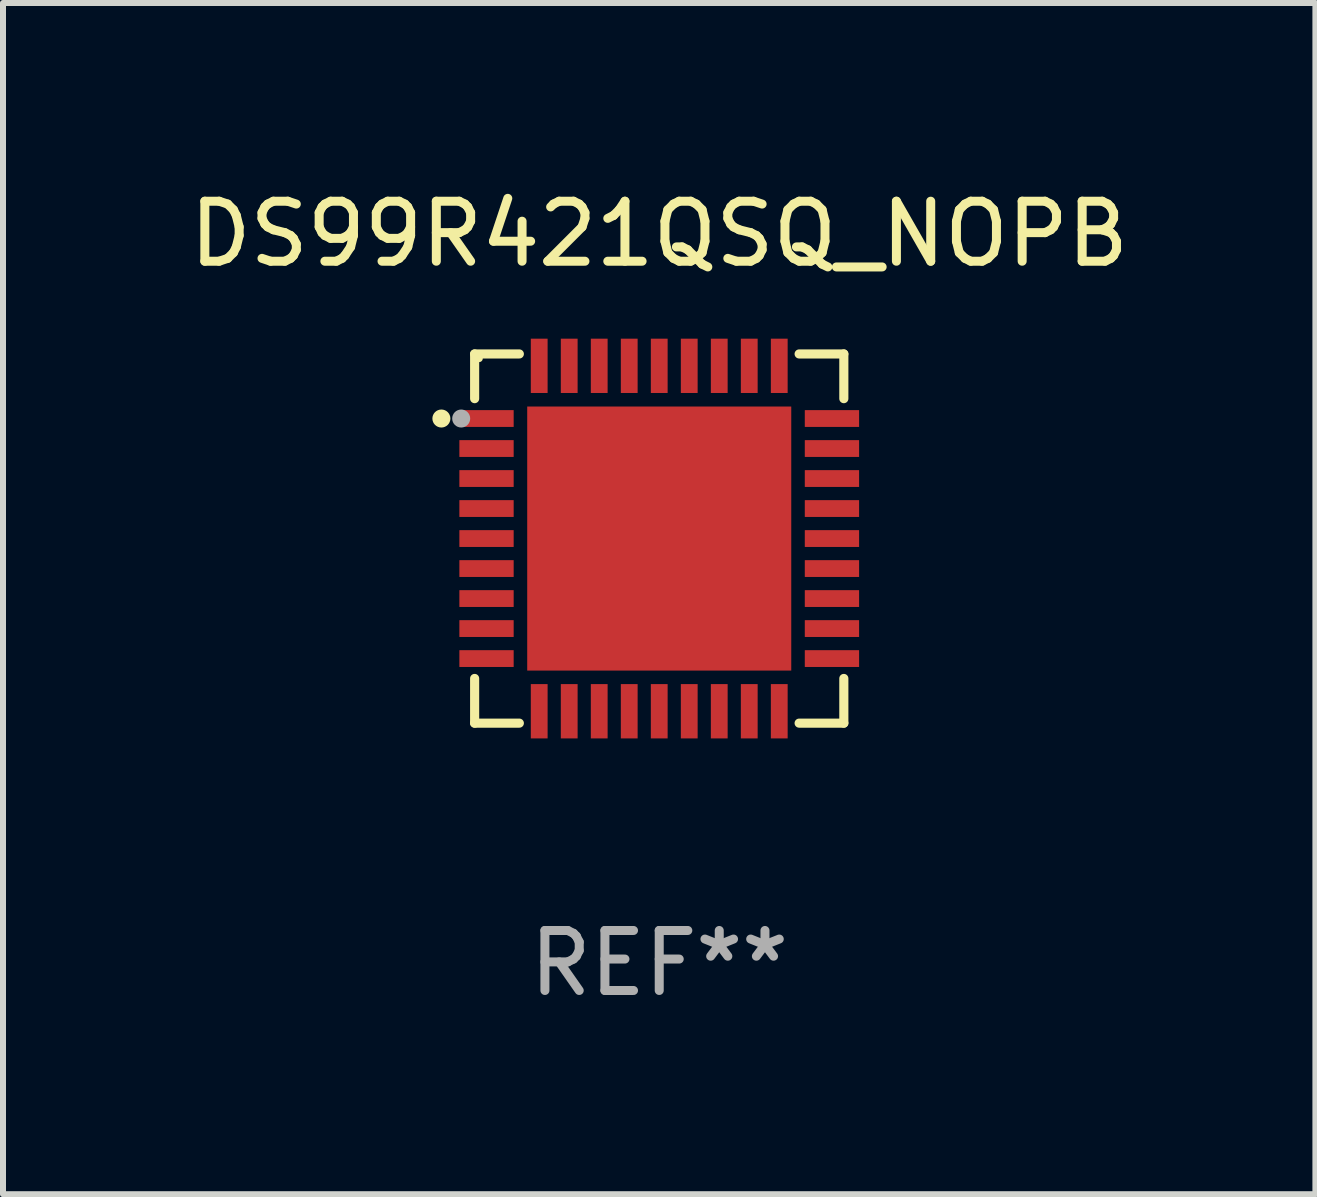
<source format=kicad_pcb>
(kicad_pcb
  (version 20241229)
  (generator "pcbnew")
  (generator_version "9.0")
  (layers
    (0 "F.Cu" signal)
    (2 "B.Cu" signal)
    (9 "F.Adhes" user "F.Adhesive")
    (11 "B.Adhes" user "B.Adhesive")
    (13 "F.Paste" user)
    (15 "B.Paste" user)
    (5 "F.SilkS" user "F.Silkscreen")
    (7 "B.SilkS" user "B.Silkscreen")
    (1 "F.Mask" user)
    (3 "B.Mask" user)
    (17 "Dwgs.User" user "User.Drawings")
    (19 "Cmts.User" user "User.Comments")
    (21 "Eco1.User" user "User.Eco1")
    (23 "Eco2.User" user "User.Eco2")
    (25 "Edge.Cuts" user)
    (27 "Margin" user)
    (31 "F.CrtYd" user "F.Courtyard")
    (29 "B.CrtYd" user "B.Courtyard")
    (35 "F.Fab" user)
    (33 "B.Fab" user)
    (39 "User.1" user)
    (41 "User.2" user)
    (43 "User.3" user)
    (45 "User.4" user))
  (footprint "DS99R421QSQ_NOPB"
    (layer "F.Cu")
    (at 7.935 5.924)
    (property "Reference" "DS99R421QSQ_NOPB" (at 0 -5.076 0) (layer "F.SilkS") (effects (font (size 1 1) (thickness 0.15))))
    (attr through_hole)
    (fp_line (start -3.076 -3.076) (end -3.076 -2.331) (stroke (width 0.152) (type solid)) (layer "F.SilkS"))
    (fp_line (start -3.076 3.076) (end -3.076 2.331) (stroke (width 0.152) (type solid)) (layer "F.SilkS"))
    (fp_line (start -2.331 -3.076) (end -3.076 -3.076) (stroke (width 0.152) (type solid)) (layer "F.SilkS"))
    (fp_line (start -2.331 3.076) (end -3.076 3.076) (stroke (width 0.152) (type solid)) (layer "F.SilkS"))
    (fp_line (start 2.331 -3.076) (end 3.076 -3.076) (stroke (width 0.152) (type solid)) (layer "F.SilkS"))
    (fp_line (start 2.331 3.076) (end 3.076 3.076) (stroke (width 0.152) (type solid)) (layer "F.SilkS"))
    (fp_line (start 3.076 -3.076) (end 3.076 -2.331) (stroke (width 0.152) (type solid)) (layer "F.SilkS"))
    (fp_line (start 3.076 3.076) (end 3.076 2.331) (stroke (width 0.152) (type solid)) (layer "F.SilkS"))
    (fp_circle (center -3.63 -2) (end -3.555 -2) (stroke (width 0.15) (type solid)) (fill no) (layer "F.SilkS"))
    (fp_circle (center -3 -3) (end -2.97 -3) (stroke (width 0.06) (type solid)) (fill no) (layer "F.SilkS"))
    (fp_circle (center -3.3 -2) (end -3.225 -2) (stroke (width 0.15) (type solid)) (fill no) (layer "F.Fab"))
    (fp_text user "REF**" (at 0 7.076 0) (layer "F.Fab") (effects (font (size 1 1) (thickness 0.15))))
    (pad "1" smd rect (at -2.878 -2) (size 0.905 0.28) (layers "F.Cu" "F.Mask" "F.Paste"))
    (pad "2" smd rect (at -2.878 -1.5) (size 0.905 0.28) (layers "F.Cu" "F.Mask" "F.Paste"))
    (pad "3" smd rect (at -2.878 -1) (size 0.905 0.28) (layers "F.Cu" "F.Mask" "F.Paste"))
    (pad "4" smd rect (at -2.878 -0.5) (size 0.905 0.28) (layers "F.Cu" "F.Mask" "F.Paste"))
    (pad "5" smd rect (at -2.878 0) (size 0.905 0.28) (layers "F.Cu" "F.Mask" "F.Paste"))
    (pad "6" smd rect (at -2.878 0.5) (size 0.905 0.28) (layers "F.Cu" "F.Mask" "F.Paste"))
    (pad "7" smd rect (at -2.878 1) (size 0.905 0.28) (layers "F.Cu" "F.Mask" "F.Paste"))
    (pad "8" smd rect (at -2.878 1.5) (size 0.905 0.28) (layers "F.Cu" "F.Mask" "F.Paste"))
    (pad "9" smd rect (at -2.878 2) (size 0.905 0.28) (layers "F.Cu" "F.Mask" "F.Paste"))
    (pad "10" smd rect (at -2 2.878) (size 0.28 0.905) (layers "F.Cu" "F.Mask" "F.Paste"))
    (pad "11" smd rect (at -1.5 2.878) (size 0.28 0.905) (layers "F.Cu" "F.Mask" "F.Paste"))
    (pad "12" smd rect (at -1 2.878) (size 0.28 0.905) (layers "F.Cu" "F.Mask" "F.Paste"))
    (pad "13" smd rect (at -0.5 2.878) (size 0.28 0.905) (layers "F.Cu" "F.Mask" "F.Paste"))
    (pad "14" smd rect (at 0 2.878) (size 0.28 0.905) (layers "F.Cu" "F.Mask" "F.Paste"))
    (pad "15" smd rect (at 0.5 2.878) (size 0.28 0.905) (layers "F.Cu" "F.Mask" "F.Paste"))
    (pad "16" smd rect (at 1 2.878) (size 0.28 0.905) (layers "F.Cu" "F.Mask" "F.Paste"))
    (pad "17" smd rect (at 1.5 2.878) (size 0.28 0.905) (layers "F.Cu" "F.Mask" "F.Paste"))
    (pad "18" smd rect (at 2 2.878) (size 0.28 0.905) (layers "F.Cu" "F.Mask" "F.Paste"))
    (pad "19" smd rect (at 2.878 2) (size 0.905 0.28) (layers "F.Cu" "F.Mask" "F.Paste"))
    (pad "20" smd rect (at 2.878 1.5) (size 0.905 0.28) (layers "F.Cu" "F.Mask" "F.Paste"))
    (pad "21" smd rect (at 2.878 1) (size 0.905 0.28) (layers "F.Cu" "F.Mask" "F.Paste"))
    (pad "22" smd rect (at 2.878 0.5) (size 0.905 0.28) (layers "F.Cu" "F.Mask" "F.Paste"))
    (pad "23" smd rect (at 2.878 0) (size 0.905 0.28) (layers "F.Cu" "F.Mask" "F.Paste"))
    (pad "24" smd rect (at 2.878 -0.5) (size 0.905 0.28) (layers "F.Cu" "F.Mask" "F.Paste"))
    (pad "25" smd rect (at 2.878 -1) (size 0.905 0.28) (layers "F.Cu" "F.Mask" "F.Paste"))
    (pad "26" smd rect (at 2.878 -1.5) (size 0.905 0.28) (layers "F.Cu" "F.Mask" "F.Paste"))
    (pad "27" smd rect (at 2.878 -2) (size 0.905 0.28) (layers "F.Cu" "F.Mask" "F.Paste"))
    (pad "28" smd rect (at 2 -2.878) (size 0.28 0.905) (layers "F.Cu" "F.Mask" "F.Paste"))
    (pad "29" smd rect (at 1.5 -2.878) (size 0.28 0.905) (layers "F.Cu" "F.Mask" "F.Paste"))
    (pad "30" smd rect (at 1 -2.878) (size 0.28 0.905) (layers "F.Cu" "F.Mask" "F.Paste"))
    (pad "31" smd rect (at 0.5 -2.878) (size 0.28 0.905) (layers "F.Cu" "F.Mask" "F.Paste"))
    (pad "32" smd rect (at 0 -2.878) (size 0.28 0.905) (layers "F.Cu" "F.Mask" "F.Paste"))
    (pad "33" smd rect (at -0.5 -2.878) (size 0.28 0.905) (layers "F.Cu" "F.Mask" "F.Paste"))
    (pad "34" smd rect (at -1 -2.878) (size 0.28 0.905) (layers "F.Cu" "F.Mask" "F.Paste"))
    (pad "35" smd rect (at -1.5 -2.878) (size 0.28 0.905) (layers "F.Cu" "F.Mask" "F.Paste"))
    (pad "36" smd rect (at -2 -2.878) (size 0.28 0.905) (layers "F.Cu" "F.Mask" "F.Paste"))
    (pad "37" smd rect (at 0 0) (size 4.4 4.4) (layers "F.Cu" "F.Mask" "F.Paste")))
  (gr_rect
    (start -3 -3)
    (end 18.869 16.849)
    (stroke (width 0.1) (type default))
    (fill no)
    (layer "Edge.Cuts")))
</source>
